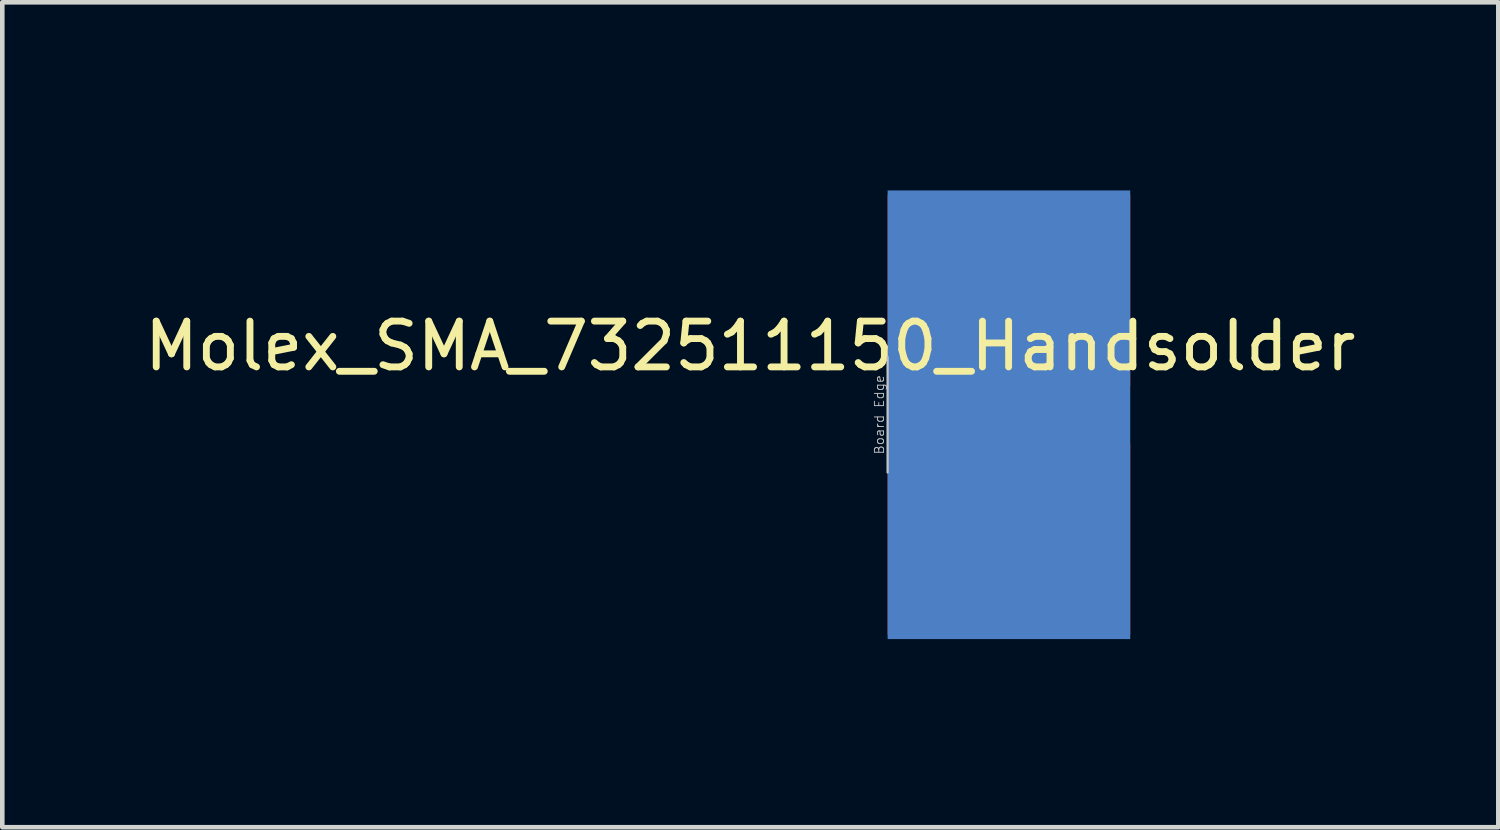
<source format=kicad_pcb>
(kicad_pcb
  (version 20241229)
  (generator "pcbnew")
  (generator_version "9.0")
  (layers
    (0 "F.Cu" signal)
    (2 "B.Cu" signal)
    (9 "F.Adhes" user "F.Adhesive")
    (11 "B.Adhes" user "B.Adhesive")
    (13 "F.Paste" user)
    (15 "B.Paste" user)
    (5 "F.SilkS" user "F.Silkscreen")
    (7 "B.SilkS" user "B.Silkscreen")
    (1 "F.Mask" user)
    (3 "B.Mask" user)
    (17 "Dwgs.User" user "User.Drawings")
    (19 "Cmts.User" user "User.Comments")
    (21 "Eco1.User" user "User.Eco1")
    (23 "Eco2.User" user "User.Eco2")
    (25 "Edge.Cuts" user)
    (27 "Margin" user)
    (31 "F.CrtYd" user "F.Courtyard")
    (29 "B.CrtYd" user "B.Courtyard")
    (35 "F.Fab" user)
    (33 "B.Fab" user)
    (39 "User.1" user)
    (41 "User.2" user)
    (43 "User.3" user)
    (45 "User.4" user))
  (footprint "Molex_SMA_732511150_Handsolder"
    (layer "F.Cu")
    (at 16.339 6.01)
    (property "Reference" "Molex_SMA_732511150_Handsolder" (at -3 -1.5 0) (unlocked yes) (layer "F.SilkS") (effects (font (size 1 1) (thickness 0.15))))
    (attr smd)
    (fp_rect (start 0 -4.8) (end 4.8 -3.7) (stroke (width 0) (type solid)) (fill yes) (layer "F.Mask"))
    (fp_rect (start 0 3.7) (end 4.8 4.8) (stroke (width 0) (type solid)) (fill yes) (layer "F.Mask"))
    (fp_rect (start 5.2 -0.6) (end 5.3 0.6) (stroke (width 0) (type solid)) (fill yes) (layer "F.Mask"))
    (fp_poly (pts (xy 5.3 -0.8) (xy 0 -1.2) (xy 0 -3.5) (xy 5.3 -3.5)) (stroke (width 0) (type solid)) (fill yes) (layer "F.Mask"))
    (fp_poly (pts (xy 5.3 0.8) (xy 0 1.2) (xy 0 3.5) (xy 5.3 3.5)) (stroke (width 0) (type solid)) (fill yes) (layer "F.Mask"))
    (fp_poly (pts (xy 5.3 -0.9) (xy 5.3 -0.3) (xy 5 -0.3) (xy 5 0.3) (xy 5.3 0.3) (xy 5.3 0.9) (xy 1.7 1.3) (xy 0 1.3) (xy 0 -1.3) (xy 1.7 -1.3)) (stroke (width 0) (type solid)) (fill yes) (layer "F.Mask"))
    (fp_rect (start 0 -4.8) (end 4.8 -3.7) (stroke (width 0) (type solid)) (fill yes) (layer "B.Mask"))
    (fp_rect (start 0 -3.5) (end 5.3 3.5) (stroke (width 0) (type solid)) (fill yes) (layer "B.Mask"))
    (fp_rect (start 0 3.7) (end 4.8 4.8) (stroke (width 0) (type solid)) (fill yes) (layer "B.Mask"))
    (fp_line (start 0 1.26) (end 0 -1.26) (stroke (width 0.05) (type solid)) (layer "Dwgs.User"))
    (fp_line (start -2.5 -1.889) (end -0.528 -1.889) (stroke (width 0.02) (type solid)) (layer "User.1"))
    (fp_line (start -2.5 -1.849) (end -0.528 -1.849) (stroke (width 0.02) (type solid)) (layer "User.1"))
    (fp_line (start -2.5 0.162) (end -0.528 0.162) (stroke (width 0.02) (type solid)) (layer "User.1"))
    (fp_line (start -2.5 0.42) (end -0.528 0.42) (stroke (width 0.02) (type solid)) (layer "User.1"))
    (fp_line (start -2.5 0.462) (end -0.528 0.462) (stroke (width 0.02) (type solid)) (layer "User.1"))
    (fp_line (start -2.5 1.889) (end -0.678 1.889) (stroke (width 0.02) (type solid)) (layer "User.1"))
    (fp_line (start -2.5 2.607) (end -1.671 2.607) (stroke (width 0.02) (type solid)) (layer "User.1"))
    (fp_line (start -2.5 2.643) (end -1.671 2.643) (stroke (width 0.02) (type solid)) (layer "User.1"))
    (fp_line (start -1.671 -4.763) (end -1.671 -2.643) (stroke (width 0.02) (type solid)) (layer "User.1"))
    (fp_line (start -1.671 -4.763) (end -1.671 -2.636) (stroke (width 0.02) (type solid)) (layer "User.1"))
    (fp_line (start -1.671 -4.763) (end -1.671 -2.607) (stroke (width 0.02) (type solid)) (layer "User.1"))
    (fp_line (start -1.671 -2.636) (end -2.5 -2.636) (stroke (width 0.02) (type solid)) (layer "User.1"))
    (fp_line (start -1.671 2.607) (end -1.671 4.763) (stroke (width 0.02) (type solid)) (layer "User.1"))
    (fp_line (start -1.671 2.636) (end -1.671 4.763) (stroke (width 0.02) (type solid)) (layer "User.1"))
    (fp_line (start -1.671 2.643) (end -1.671 4.763) (stroke (width 0.02) (type solid)) (layer "User.1"))
    (fp_line (start -1.671 4.763) (end -0.02 4.763) (stroke (width 0.02) (type solid)) (layer "User.1"))
    (fp_line (start -1.671 4.763) (end -0.02 4.763) (stroke (width 0.02) (type solid)) (layer "User.1"))
    (fp_line (start -1.671 4.763) (end -0.02 4.763) (stroke (width 0.02) (type solid)) (layer "User.1"))
    (fp_line (start -0.678 1.849) (end -0.678 -1.849) (stroke (width 0.02) (type solid)) (layer "User.1"))
    (fp_line (start -0.678 1.889) (end -0.678 -1.889) (stroke (width 0.02) (type solid)) (layer "User.1"))
    (fp_line (start -0.678 1.899) (end -0.678 -1.899) (stroke (width 0.02) (type solid)) (layer "User.1"))
    (fp_line (start -0.528 -3.747) (end -0.02 -3.747) (stroke (width 0.02) (type solid)) (layer "User.1"))
    (fp_line (start -0.528 -3.747) (end -0.02 -3.747) (stroke (width 0.02) (type solid)) (layer "User.1"))
    (fp_line (start -0.528 -3.747) (end -0.02 -3.747) (stroke (width 0.02) (type solid)) (layer "User.1"))
    (fp_line (start -0.528 -1.899) (end -0.528 -3.747) (stroke (width 0.02) (type solid)) (layer "User.1"))
    (fp_line (start -0.528 -1.889) (end -0.528 -3.747) (stroke (width 0.02) (type solid)) (layer "User.1"))
    (fp_line (start -0.528 -1.849) (end -0.528 -3.747) (stroke (width 0.02) (type solid)) (layer "User.1"))
    (fp_line (start -0.528 -0.462) (end -2.5 -0.462) (stroke (width 0.02) (type solid)) (layer "User.1"))
    (fp_line (start -0.528 -0.42) (end -2.5 -0.42) (stroke (width 0.02) (type solid)) (layer "User.1"))
    (fp_line (start -0.528 -0.162) (end -2.5 -0.162) (stroke (width 0.02) (type solid)) (layer "User.1"))
    (fp_line (start -0.528 0.162) (end -0.528 -0.162) (stroke (width 0.02) (type solid)) (layer "User.1"))
    (fp_line (start -0.528 0.42) (end -0.528 -0.42) (stroke (width 0.02) (type solid)) (layer "User.1"))
    (fp_line (start -0.528 0.462) (end -0.528 -0.462) (stroke (width 0.02) (type solid)) (layer "User.1"))
    (fp_line (start -0.528 1.849) (end -2.5 1.849) (stroke (width 0.02) (type solid)) (layer "User.1"))
    (fp_line (start -0.528 3.747) (end -0.528 1.849) (stroke (width 0.02) (type solid)) (layer "User.1"))
    (fp_line (start -0.528 3.747) (end -0.528 1.889) (stroke (width 0.02) (type solid)) (layer "User.1"))
    (fp_line (start -0.528 3.747) (end -0.528 1.899) (stroke (width 0.02) (type solid)) (layer "User.1"))
    (fp_line (start -0.02 -4.763) (end -1.671 -4.763) (stroke (width 0.02) (type solid)) (layer "User.1"))
    (fp_line (start -0.02 -4.763) (end -1.671 -4.763) (stroke (width 0.02) (type solid)) (layer "User.1"))
    (fp_line (start -0.02 -4.763) (end -1.671 -4.763) (stroke (width 0.02) (type solid)) (layer "User.1"))
    (fp_line (start -0.02 -3.747) (end -0.02 -4.763) (stroke (width 0.02) (type solid)) (layer "User.1"))
    (fp_line (start -0.02 -3.747) (end -0.02 -4.763) (stroke (width 0.02) (type solid)) (layer "User.1"))
    (fp_line (start -0.02 -3.747) (end -0.02 -4.763) (stroke (width 0.02) (type solid)) (layer "User.1"))
    (fp_line (start -0.02 3.747) (end -0.528 3.747) (stroke (width 0.02) (type solid)) (layer "User.1"))
    (fp_line (start -0.02 3.747) (end -0.528 3.747) (stroke (width 0.02) (type solid)) (layer "User.1"))
    (fp_line (start -0.02 3.747) (end -0.528 3.747) (stroke (width 0.02) (type solid)) (layer "User.1"))
    (fp_line (start -0.02 4.763) (end -0.02 3.747) (stroke (width 0.02) (type solid)) (layer "User.1"))
    (fp_line (start -0.02 4.763) (end -0.02 3.747) (stroke (width 0.02) (type solid)) (layer "User.1"))
    (fp_line (start -0.02 4.763) (end -0.02 3.747) (stroke (width 0.02) (type solid)) (layer "User.1"))
    (fp_line (start 0 -6) (end 0 -1.5) (stroke (width 0.02) (type solid)) (layer "User.1"))
    (fp_line (start 0 -6) (end 0 -0.95) (stroke (width 0.02) (type solid)) (layer "User.1"))
    (fp_line (start 0 -6) (end 0 -0.95) (stroke (width 0.02) (type solid)) (layer "User.1"))
    (fp_line (start 0 -6) (end 0 6) (stroke (width 0.02) (type solid)) (layer "User.1"))
    (fp_line (start 0 -6) (end 0 6) (stroke (width 0.02) (type solid)) (layer "User.1"))
    (fp_line (start 0 -4.8) (end 0 -3.7) (stroke (width 0.02) (type solid)) (layer "User.1"))
    (fp_line (start 0 -3.7) (end 4.5 -3.7) (stroke (width 0.02) (type solid)) (layer "User.1"))
    (fp_line (start 0 -1.5) (end 3 -1.5) (stroke (width 0.02) (type solid)) (layer "User.1"))
    (fp_line (start 0 -0.95) (end 1.584 -0.95) (stroke (width 0.02) (type solid)) (layer "User.1"))
    (fp_line (start 0 -0.95) (end 1.584 -0.95) (stroke (width 0.02) (type solid)) (layer "User.1"))
    (fp_line (start 0 -0.65) (end 0 0.65) (stroke (width 0.02) (type solid)) (layer "User.1"))
    (fp_line (start 0 -0.65) (end 0 0.65) (stroke (width 0.02) (type solid)) (layer "User.1"))
    (fp_line (start 0 -0.35) (end 0 0.35) (stroke (width 0.02) (type solid)) (layer "User.1"))
    (fp_line (start 0 -0.105) (end 0 0.105) (stroke (width 0.02) (type solid)) (layer "User.1"))
    (fp_line (start 0 -0.105) (end 0 0.105) (stroke (width 0.02) (type solid)) (layer "User.1"))
    (fp_line (start 0 0.105) (end 8 0.105) (stroke (width 0.02) (type solid)) (layer "User.1"))
    (fp_line (start 0 0.35) (end 4.7 0.35) (stroke (width 0.02) (type solid)) (layer "User.1"))
    (fp_line (start 0 0.65) (end 1.571 0.65) (stroke (width 0.02) (type solid)) (layer "User.1"))
    (fp_line (start 0 0.65) (end 1.571 0.65) (stroke (width 0.02) (type solid)) (layer "User.1"))
    (fp_line (start 0 0.95) (end 0 6) (stroke (width 0.02) (type solid)) (layer "User.1"))
    (fp_line (start 0 0.95) (end 0 6) (stroke (width 0.02) (type solid)) (layer "User.1"))
    (fp_line (start 0 1.5) (end 0 6) (stroke (width 0.02) (type solid)) (layer "User.1"))
    (fp_line (start 0 3.7) (end 0 4.8) (stroke (width 0.02) (type solid)) (layer "User.1"))
    (fp_line (start 0 4.8) (end 4.5 4.8) (stroke (width 0.02) (type solid)) (layer "User.1"))
    (fp_line (start 1.571 -0.65) (end 0 -0.65) (stroke (width 0.02) (type solid)) (layer "User.1"))
    (fp_line (start 1.571 -0.65) (end 0 -0.65) (stroke (width 0.02) (type solid)) (layer "User.1"))
    (fp_line (start 1.571 0.65) (end 5 0.35) (stroke (width 0.02) (type solid)) (layer "User.1"))
    (fp_line (start 1.571 0.65) (end 5 0.35) (stroke (width 0.02) (type solid)) (layer "User.1"))
    (fp_line (start 1.584 -0.95) (end 5.3 -0.625) (stroke (width 0.02) (type solid)) (layer "User.1"))
    (fp_line (start 1.584 -0.95) (end 5.3 -0.625) (stroke (width 0.02) (type solid)) (layer "User.1"))
    (fp_line (start 1.584 0.95) (end 0 0.95) (stroke (width 0.02) (type solid)) (layer "User.1"))
    (fp_line (start 1.584 0.95) (end 0 0.95) (stroke (width 0.02) (type solid)) (layer "User.1"))
    (fp_line (start 3 -1.5) (end 6.42 -0.15) (stroke (width 0.02) (type solid)) (layer "User.1"))
    (fp_line (start 3 1.5) (end 0 1.5) (stroke (width 0.02) (type solid)) (layer "User.1"))
    (fp_line (start 4.5 -4.8) (end 0 -4.8) (stroke (width 0.02) (type solid)) (layer "User.1"))
    (fp_line (start 4.5 -3.7) (end 4.5 -4.8) (stroke (width 0.02) (type solid)) (layer "User.1"))
    (fp_line (start 4.5 3.7) (end 0 3.7) (stroke (width 0.02) (type solid)) (layer "User.1"))
    (fp_line (start 4.5 4.8) (end 4.5 3.7) (stroke (width 0.02) (type solid)) (layer "User.1"))
    (fp_line (start 4.7 -0.35) (end 0 -0.35) (stroke (width 0.02) (type solid)) (layer "User.1"))
    (fp_line (start 4.7 0.35) (end 4.7 -0.35) (stroke (width 0.02) (type solid)) (layer "User.1"))
    (fp_line (start 5 -0.35) (end 1.571 -0.65) (stroke (width 0.02) (type solid)) (layer "User.1"))
    (fp_line (start 5 -0.35) (end 1.571 -0.65) (stroke (width 0.02) (type solid)) (layer "User.1"))
    (fp_line (start 5 0.35) (end 5 -0.35) (stroke (width 0.02) (type solid)) (layer "User.1"))
    (fp_line (start 5 0.35) (end 5 -0.35) (stroke (width 0.02) (type solid)) (layer "User.1"))
    (fp_line (start 5.3 -0.625) (end 5.3 -0.355) (stroke (width 0.02) (type solid)) (layer "User.1"))
    (fp_line (start 5.3 -0.625) (end 5.3 -0.355) (stroke (width 0.02) (type solid)) (layer "User.1"))
    (fp_line (start 5.3 -0.355) (end 8 -0.355) (stroke (width 0.02) (type solid)) (layer "User.1"))
    (fp_line (start 5.3 0.355) (end 5.3 0.625) (stroke (width 0.02) (type solid)) (layer "User.1"))
    (fp_line (start 5.3 0.355) (end 5.3 0.625) (stroke (width 0.02) (type solid)) (layer "User.1"))
    (fp_line (start 5.3 0.625) (end 1.584 0.95) (stroke (width 0.02) (type solid)) (layer "User.1"))
    (fp_line (start 5.3 0.625) (end 1.584 0.95) (stroke (width 0.02) (type solid)) (layer "User.1"))
    (fp_line (start 6.42 -0.15) (end 6.42 0.15) (stroke (width 0.02) (type solid)) (layer "User.1"))
    (fp_line (start 6.42 0.15) (end 3 1.5) (stroke (width 0.02) (type solid)) (layer "User.1"))
    (fp_line (start 8 -0.105) (end 0 -0.105) (stroke (width 0.02) (type solid)) (layer "User.1"))
    (fp_line (start 8 0.355) (end 5.3 0.355) (stroke (width 0.02) (type solid)) (layer "User.1"))
    (fp_circle (center 0.65 -5.255) (end 0.775 -5.255) (stroke (width 0.02) (type solid)) (fill no) (layer "User.1"))
    (fp_circle (center 0.65 -5.255) (end 1.025 -5.255) (stroke (width 0.02) (type solid)) (fill no) (layer "User.1"))
    (fp_circle (center 0.65 -5.255) (end 1.025 -5.255) (stroke (width 0.02) (type solid)) (fill no) (layer "User.1"))
    (fp_circle (center 0.65 -3.255) (end 0.775 -3.255) (stroke (width 0.02) (type solid)) (fill no) (layer "User.1"))
    (fp_circle (center 0.65 -3.255) (end 1.025 -3.255) (stroke (width 0.02) (type solid)) (fill no) (layer "User.1"))
    (fp_circle (center 0.65 -3.255) (end 1.025 -3.255) (stroke (width 0.02) (type solid)) (fill no) (layer "User.1"))
    (fp_circle (center 0.65 3.255) (end 0.775 3.255) (stroke (width 0.02) (type solid)) (fill no) (layer "User.1"))
    (fp_circle (center 0.65 3.255) (end 1.025 3.255) (stroke (width 0.02) (type solid)) (fill no) (layer "User.1"))
    (fp_circle (center 0.65 3.255) (end 1.025 3.255) (stroke (width 0.02) (type solid)) (fill no) (layer "User.1"))
    (fp_circle (center 0.65 5.255) (end 0.775 5.255) (stroke (width 0.02) (type solid)) (fill no) (layer "User.1"))
    (fp_circle (center 0.65 5.255) (end 1.025 5.255) (stroke (width 0.02) (type solid)) (fill no) (layer "User.1"))
    (fp_circle (center 0.65 5.255) (end 1.025 5.255) (stroke (width 0.02) (type solid)) (fill no) (layer "User.1"))
    (fp_circle (center 1.5 -2.755) (end 1.625 -2.755) (stroke (width 0.02) (type solid)) (fill no) (layer "User.1"))
    (fp_circle (center 1.5 -2.755) (end 1.875 -2.755) (stroke (width 0.02) (type solid)) (fill no) (layer "User.1"))
    (fp_circle (center 1.5 -2.755) (end 1.875 -2.755) (stroke (width 0.02) (type solid)) (fill no) (layer "User.1"))
    (fp_circle (center 1.5 2.755) (end 1.625 2.755) (stroke (width 0.02) (type solid)) (fill no) (layer "User.1"))
    (fp_circle (center 1.5 2.755) (end 1.875 2.755) (stroke (width 0.02) (type solid)) (fill no) (layer "User.1"))
    (fp_circle (center 1.5 2.755) (end 1.875 2.755) (stroke (width 0.02) (type solid)) (fill no) (layer "User.1"))
    (fp_circle (center 2.35 -2.255) (end 2.475 -2.255) (stroke (width 0.02) (type solid)) (fill no) (layer "User.1"))
    (fp_circle (center 2.35 -2.255) (end 2.725 -2.255) (stroke (width 0.02) (type solid)) (fill no) (layer "User.1"))
    (fp_circle (center 2.35 -2.255) (end 2.725 -2.255) (stroke (width 0.02) (type solid)) (fill no) (layer "User.1"))
    (fp_circle (center 2.35 2.255) (end 2.475 2.255) (stroke (width 0.02) (type solid)) (fill no) (layer "User.1"))
    (fp_circle (center 2.35 2.255) (end 2.725 2.255) (stroke (width 0.02) (type solid)) (fill no) (layer "User.1"))
    (fp_circle (center 2.35 2.255) (end 2.725 2.255) (stroke (width 0.02) (type solid)) (fill no) (layer "User.1"))
    (fp_circle (center 3.2 -1.755) (end 3.325 -1.755) (stroke (width 0.02) (type solid)) (fill no) (layer "User.1"))
    (fp_circle (center 3.2 -1.755) (end 3.575 -1.755) (stroke (width 0.02) (type solid)) (fill no) (layer "User.1"))
    (fp_circle (center 3.2 -1.755) (end 3.575 -1.755) (stroke (width 0.02) (type solid)) (fill no) (layer "User.1"))
    (fp_circle (center 3.2 1.755) (end 3.325 1.755) (stroke (width 0.02) (type solid)) (fill no) (layer "User.1"))
    (fp_circle (center 3.2 1.755) (end 3.575 1.755) (stroke (width 0.02) (type solid)) (fill no) (layer "User.1"))
    (fp_circle (center 3.2 1.755) (end 3.575 1.755) (stroke (width 0.02) (type solid)) (fill no) (layer "User.1"))
    (fp_circle (center 4.05 -1.455) (end 4.175 -1.455) (stroke (width 0.02) (type solid)) (fill no) (layer "User.1"))
    (fp_circle (center 4.05 -1.455) (end 4.425 -1.455) (stroke (width 0.02) (type solid)) (fill no) (layer "User.1"))
    (fp_circle (center 4.05 -1.455) (end 4.425 -1.455) (stroke (width 0.02) (type solid)) (fill no) (layer "User.1"))
    (fp_circle (center 4.05 1.455) (end 4.175 1.455) (stroke (width 0.02) (type solid)) (fill no) (layer "User.1"))
    (fp_circle (center 4.05 1.455) (end 4.425 1.455) (stroke (width 0.02) (type solid)) (fill no) (layer "User.1"))
    (fp_circle (center 4.05 1.455) (end 4.425 1.455) (stroke (width 0.02) (type solid)) (fill no) (layer "User.1"))
    (fp_circle (center 4.9 -4.255) (end 5.025 -4.255) (stroke (width 0.02) (type solid)) (fill no) (layer "User.1"))
    (fp_circle (center 4.9 -4.255) (end 5.275 -4.255) (stroke (width 0.02) (type solid)) (fill no) (layer "User.1"))
    (fp_circle (center 4.9 -4.255) (end 5.275 -4.255) (stroke (width 0.02) (type solid)) (fill no) (layer "User.1"))
    (fp_circle (center 4.9 -1.155) (end 5.025 -1.155) (stroke (width 0.02) (type solid)) (fill no) (layer "User.1"))
    (fp_circle (center 4.9 -1.155) (end 5.275 -1.155) (stroke (width 0.02) (type solid)) (fill no) (layer "User.1"))
    (fp_circle (center 4.9 -1.155) (end 5.275 -1.155) (stroke (width 0.02) (type solid)) (fill no) (layer "User.1"))
    (fp_circle (center 4.9 1.155) (end 5.025 1.155) (stroke (width 0.02) (type solid)) (fill no) (layer "User.1"))
    (fp_circle (center 4.9 1.155) (end 5.275 1.155) (stroke (width 0.02) (type solid)) (fill no) (layer "User.1"))
    (fp_circle (center 4.9 1.155) (end 5.275 1.155) (stroke (width 0.02) (type solid)) (fill no) (layer "User.1"))
    (fp_circle (center 4.9 4.255) (end 5.025 4.255) (stroke (width 0.02) (type solid)) (fill no) (layer "User.1"))
    (fp_circle (center 4.9 4.255) (end 5.275 4.255) (stroke (width 0.02) (type solid)) (fill no) (layer "User.1"))
    (fp_circle (center 4.9 4.255) (end 5.275 4.255) (stroke (width 0.02) (type solid)) (fill no) (layer "User.1"))
    (fp_circle (center 5.75 -0.855) (end 5.875 -0.855) (stroke (width 0.02) (type solid)) (fill no) (layer "User.1"))
    (fp_circle (center 5.75 -0.855) (end 6.125 -0.855) (stroke (width 0.02) (type solid)) (fill no) (layer "User.1"))
    (fp_circle (center 5.75 -0.855) (end 6.125 -0.855) (stroke (width 0.02) (type solid)) (fill no) (layer "User.1"))
    (fp_circle (center 5.75 0.855) (end 5.875 0.855) (stroke (width 0.02) (type solid)) (fill no) (layer "User.1"))
    (fp_circle (center 5.75 0.855) (end 6.125 0.855) (stroke (width 0.02) (type solid)) (fill no) (layer "User.1"))
    (fp_circle (center 5.75 0.855) (end 6.125 0.855) (stroke (width 0.02) (type solid)) (fill no) (layer "User.1"))
    (fp_circle (center 6.6 -0.755) (end 6.725 -0.755) (stroke (width 0.02) (type solid)) (fill no) (layer "User.1"))
    (fp_circle (center 6.6 -0.755) (end 6.975 -0.755) (stroke (width 0.02) (type solid)) (fill no) (layer "User.1"))
    (fp_circle (center 6.6 -0.755) (end 6.975 -0.755) (stroke (width 0.02) (type solid)) (fill no) (layer "User.1"))
    (fp_circle (center 6.6 0.755) (end 6.725 0.755) (stroke (width 0.02) (type solid)) (fill no) (layer "User.1"))
    (fp_circle (center 6.6 0.755) (end 6.975 0.755) (stroke (width 0.02) (type solid)) (fill no) (layer "User.1"))
    (fp_circle (center 6.6 0.755) (end 6.975 0.755) (stroke (width 0.02) (type solid)) (fill no) (layer "User.1"))
    (fp_circle (center 7.45 -0.755) (end 7.575 -0.755) (stroke (width 0.02) (type solid)) (fill no) (layer "User.1"))
    (fp_circle (center 7.45 -0.755) (end 7.825 -0.755) (stroke (width 0.02) (type solid)) (fill no) (layer "User.1"))
    (fp_circle (center 7.45 -0.755) (end 7.825 -0.755) (stroke (width 0.02) (type solid)) (fill no) (layer "User.1"))
    (fp_circle (center 7.45 0.755) (end 7.575 0.755) (stroke (width 0.02) (type solid)) (fill no) (layer "User.1"))
    (fp_circle (center 7.45 0.755) (end 7.825 0.755) (stroke (width 0.02) (type solid)) (fill no) (layer "User.1"))
    (fp_circle (center 7.45 0.755) (end 7.825 0.755) (stroke (width 0.02) (type solid)) (fill no) (layer "User.1"))
    (fp_line (start 0 -1.26) (end 3 -1.26) (stroke (width 0.02) (type solid)) (layer "User.2"))
    (fp_line (start 3 -1.26) (end 6.63 -0.15) (stroke (width 0.02) (type solid)) (layer "User.2"))
    (fp_line (start 3 1.26) (end 0 1.26) (stroke (width 0.02) (type solid)) (layer "User.2"))
    (fp_line (start 6.63 -0.15) (end 6.63 0.15) (stroke (width 0.02) (type solid)) (layer "User.2"))
    (fp_line (start 6.63 0.15) (end 3 1.26) (stroke (width 0.02) (type solid)) (layer "User.2"))
    (fp_text user "Board Edge" (at -0.18 0 90) (unlocked yes) (layer "Dwgs.User") (effects (font (size 0.2 0.2) (thickness 0.02))))
    (fp_text user "Keepout for all inner Cu layers" (at 0.2 -1.5 0) (unlocked yes) (layer "User.2") (effects (font (size 0.2 0.2) (thickness 0.02)) (justify left)))
    (pad "1" smd custom (at 4.81 0) (size 0.2 0.2) (layers "F.Cu" "F.Mask") (options (anchor rect)) (primitives (gr_poly (pts (xy 0.19 -0.35) (xy 0.19 0.35) (xy -3.24 0.65) (xy -4.81 0.65) (xy -4.81 -0.65) (xy -3.24 -0.65)) (width 0) (fill yes))))
    (pad "2" smd custom (at 0.64 -1.3) (size 0.5 0.5) (layers "F.Cu") (options (anchor rect)) (primitives (gr_rect (start -0.64 -3.5) (end 4.66 0.2) (width 0) (fill yes)) (gr_poly (pts (xy 4.66 0.2) (xy 4.66 0.68) (xy 0.94 0.35) (xy -0.64 0.35) (xy -0.64 0.2)) (width 0) (fill yes))))
    (pad "2" smd custom (at 0.7 1.31) (size 0.5 0.5) (layers "F.Cu") (options (anchor rect)) (primitives (gr_rect (start -0.7 -0.21) (end 4.6 3.49) (width 0) (fill yes)) (gr_poly (pts (xy 4.6 -0.21) (xy 4.6 -0.69) (xy 0.88 -0.36) (xy -0.7 -0.36) (xy -0.7 -0.21)) (width 0) (fill yes))))
    (pad "2" smd rect (at 2.65 0) (size 5.3 9.8) (layers "B.Cu"))
    (zone (net_name "") (layer "F.Cu") (hatch edge 0.508) (connect_pads) (min_thickness 0.254) (filled_areas_thickness no) (keepout (tracks allowed) (vias allowed) (pads allowed) (copperpour not_allowed) (footprints allowed)) (placement (enabled no)) (fill) (polygon (pts (xy 21.639 5.39) (xy 21.639 6.63) (xy 17.919 6.96) (xy 16.309 6.96) (xy 16.309 6.66) (xy 17.909 6.66) (xy 21.339 6.36) (xy 21.339 5.66) (xy 17.909 5.36) (xy 16.309 5.36) (xy 16.309 5.06) (xy 17.919 5.06))))
    (zone (net_name "") (layer "In1.Cu") (hatch edge 0.508) (connect_pads) (min_thickness 0.254) (filled_areas_thickness no) (keepout (tracks not_allowed) (vias not_allowed) (pads not_allowed) (copperpour not_allowed) (footprints not_allowed)) (placement (enabled no)) (fill) (polygon (pts (xy 22.759 5.86) (xy 22.759 6.16) (xy 19.339 7.51) (xy 16.339 7.51) (xy 16.339 4.51) (xy 19.339 4.51)))))
  (gr_rect
    (start -3 -3)
    (end 29.679 15.02)
    (stroke (width 0.1) (type default))
    (fill no)
    (layer "Edge.Cuts")))
</source>
